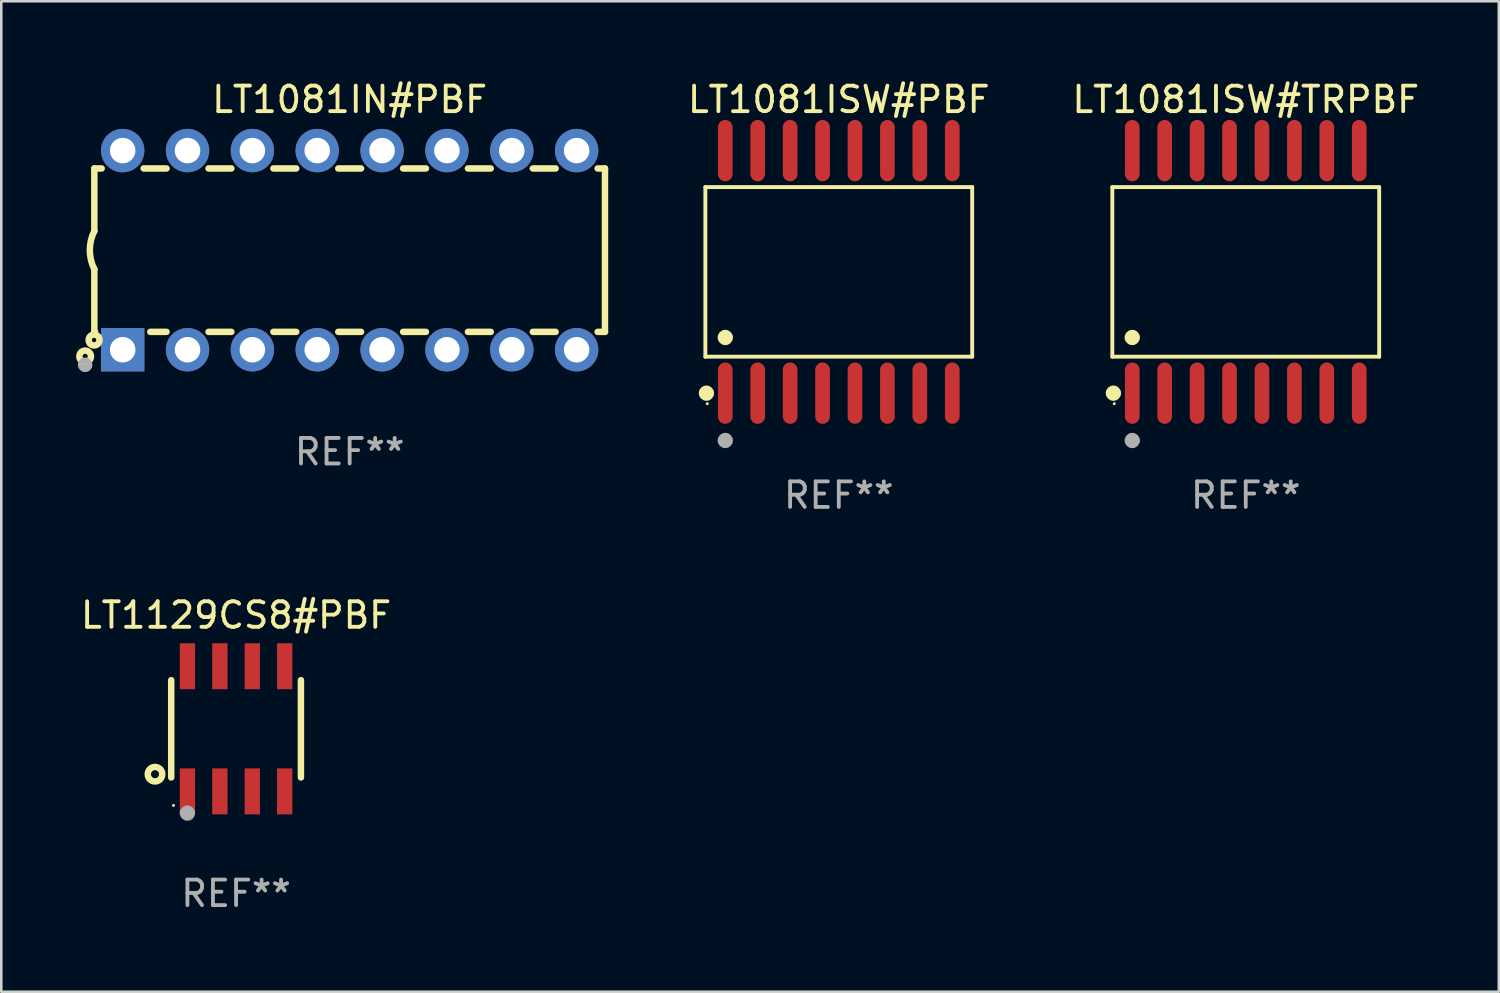
<source format=kicad_pcb>
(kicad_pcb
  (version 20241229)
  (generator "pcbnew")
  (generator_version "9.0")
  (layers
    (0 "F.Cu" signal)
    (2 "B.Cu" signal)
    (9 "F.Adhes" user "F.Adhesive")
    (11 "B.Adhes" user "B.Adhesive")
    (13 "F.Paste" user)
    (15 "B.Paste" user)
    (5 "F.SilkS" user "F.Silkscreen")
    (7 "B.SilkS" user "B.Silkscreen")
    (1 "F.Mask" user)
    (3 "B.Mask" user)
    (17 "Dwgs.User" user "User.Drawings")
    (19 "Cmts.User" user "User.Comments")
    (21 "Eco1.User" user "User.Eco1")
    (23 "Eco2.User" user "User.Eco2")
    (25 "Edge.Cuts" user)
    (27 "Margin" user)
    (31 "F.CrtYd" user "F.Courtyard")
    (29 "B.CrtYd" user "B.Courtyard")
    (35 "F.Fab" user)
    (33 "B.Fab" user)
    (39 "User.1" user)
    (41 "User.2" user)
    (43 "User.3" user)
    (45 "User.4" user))
  (footprint "LT1081ISW#TRPBF"
    (layer "F.Cu")
    (at 45.742 7.599)
    (property "Reference" "LT1081ISW#TRPBF" (at 0 -6.75 0) (layer "F.SilkS") (effects (font (size 1 1) (thickness 0.15))))
    (attr through_hole)
    (fp_line (start -5.226 -3.321) (end 5.226 -3.321) (stroke (width 0.152) (type solid)) (layer "F.SilkS"))
    (fp_line (start -5.226 3.321) (end -5.226 -3.321) (stroke (width 0.152) (type solid)) (layer "F.SilkS"))
    (fp_line (start 5.226 -3.321) (end 5.226 3.321) (stroke (width 0.152) (type solid)) (layer "F.SilkS"))
    (fp_line (start 5.226 3.321) (end -5.226 3.321) (stroke (width 0.152) (type solid)) (layer "F.SilkS"))
    (fp_circle (center -5.184 4.75) (end -5.034 4.75) (stroke (width 0.3) (type solid)) (fill no) (layer "F.SilkS"))
    (fp_circle (center -5.15 5.162) (end -5.12 5.162) (stroke (width 0.06) (type solid)) (fill no) (layer "F.SilkS"))
    (fp_circle (center -4.445 2.569) (end -4.295 2.569) (stroke (width 0.3) (type solid)) (fill no) (layer "F.SilkS"))
    (fp_circle (center -4.445 6.604) (end -4.295 6.604) (stroke (width 0.3) (type solid)) (fill no) (layer "F.Fab"))
    (fp_text user "REF**" (at 0 8.75 0) (layer "F.Fab") (effects (font (size 1 1) (thickness 0.15))))
    (pad "1" smd oval (at -4.445 4.75) (size 0.574 2.401) (layers "F.Cu" "F.Mask" "F.Paste"))
    (pad "2" smd oval (at -3.175 4.75) (size 0.574 2.401) (layers "F.Cu" "F.Mask" "F.Paste"))
    (pad "3" smd oval (at -1.905 4.75) (size 0.574 2.401) (layers "F.Cu" "F.Mask" "F.Paste"))
    (pad "4" smd oval (at -0.635 4.75) (size 0.574 2.401) (layers "F.Cu" "F.Mask" "F.Paste"))
    (pad "5" smd oval (at 0.635 4.75) (size 0.574 2.401) (layers "F.Cu" "F.Mask" "F.Paste"))
    (pad "6" smd oval (at 1.905 4.75) (size 0.574 2.401) (layers "F.Cu" "F.Mask" "F.Paste"))
    (pad "7" smd oval (at 3.175 4.75) (size 0.574 2.401) (layers "F.Cu" "F.Mask" "F.Paste"))
    (pad "8" smd oval (at 4.445 4.75) (size 0.574 2.401) (layers "F.Cu" "F.Mask" "F.Paste"))
    (pad "9" smd oval (at 4.445 -4.75) (size 0.574 2.401) (layers "F.Cu" "F.Mask" "F.Paste"))
    (pad "10" smd oval (at 3.175 -4.75) (size 0.574 2.401) (layers "F.Cu" "F.Mask" "F.Paste"))
    (pad "11" smd oval (at 1.905 -4.75) (size 0.574 2.401) (layers "F.Cu" "F.Mask" "F.Paste"))
    (pad "12" smd oval (at 0.635 -4.75) (size 0.574 2.401) (layers "F.Cu" "F.Mask" "F.Paste"))
    (pad "13" smd oval (at -0.635 -4.75) (size 0.574 2.401) (layers "F.Cu" "F.Mask" "F.Paste"))
    (pad "14" smd oval (at -1.905 -4.75) (size 0.574 2.401) (layers "F.Cu" "F.Mask" "F.Paste"))
    (pad "15" smd oval (at -3.175 -4.75) (size 0.574 2.401) (layers "F.Cu" "F.Mask" "F.Paste"))
    (pad "16" smd oval (at -4.445 -4.75) (size 0.574 2.401) (layers "F.Cu" "F.Mask" "F.Paste")))
  (footprint "LT1129CS8#PBF"
    (layer "F.Cu")
    (at 6.196 25.495)
    (property "Reference" "LT1129CS8#PBF" (at 0 -4.45 0) (layer "F.SilkS") (effects (font (size 1 1) (thickness 0.15))))
    (attr through_hole)
    (fp_line (start -2.54 -1.905) (end -2.54 1.905) (stroke (width 0.254) (type solid)) (layer "F.SilkS"))
    (fp_line (start 2.54 -1.905) (end 2.54 1.905) (stroke (width 0.254) (type solid)) (layer "F.SilkS"))
    (fp_circle (center -3.175 1.778) (end -2.891 1.778) (stroke (width 0.254) (type solid)) (fill no) (layer "F.SilkS"))
    (fp_circle (center -2.45 3) (end -2.42 3) (stroke (width 0.06) (type solid)) (fill no) (layer "F.SilkS"))
    (fp_circle (center -1.905 3.302) (end -1.755 3.302) (stroke (width 0.3) (type solid)) (fill no) (layer "F.Fab"))
    (fp_text user "REF**" (at 0 6.45 0) (layer "F.Fab") (effects (font (size 1 1) (thickness 0.15))))
    (pad "1" smd rect (at -1.905 2.45) (size 0.6 1.8) (layers "F.Cu" "F.Mask" "F.Paste"))
    (pad "2" smd rect (at -0.635 2.45) (size 0.6 1.8) (layers "F.Cu" "F.Mask" "F.Paste"))
    (pad "3" smd rect (at 0.635 2.45) (size 0.6 1.8) (layers "F.Cu" "F.Mask" "F.Paste"))
    (pad "4" smd rect (at 1.905 2.45) (size 0.6 1.8) (layers "F.Cu" "F.Mask" "F.Paste"))
    (pad "5" smd rect (at 1.905 -2.45 180) (size 0.6 1.8) (layers "F.Cu" "F.Mask" "F.Paste"))
    (pad "6" smd rect (at 0.635 -2.45 180) (size 0.6 1.8) (layers "F.Cu" "F.Mask" "F.Paste"))
    (pad "7" smd rect (at -0.635 -2.45 180) (size 0.6 1.8) (layers "F.Cu" "F.Mask" "F.Paste"))
    (pad "8" smd rect (at -1.905 -2.45 180) (size 0.6 1.8) (layers "F.Cu" "F.Mask" "F.Paste")))
  (footprint "LT1081IN#PBF"
    (layer "F.Cu")
    (at 10.645 6.748)
    (property "Reference" "LT1081IN#PBF" (at 0 -5.9 0) (layer "F.SilkS") (effects (font (size 1 1) (thickness 0.15))))
    (attr through_hole)
    (fp_line (start -10 -3.2) (end -10 -0.75) (stroke (width 0.254) (type solid)) (layer "F.SilkS"))
    (fp_line (start -10 -3.2) (end -9.713 -3.2) (stroke (width 0.254) (type solid)) (layer "F.SilkS"))
    (fp_line (start -10 3.2) (end -10 0.75) (stroke (width 0.254) (type solid)) (layer "F.SilkS"))
    (fp_line (start -10 3.2) (end -9.971 3.2) (stroke (width 0.254) (type solid)) (layer "F.SilkS"))
    (fp_line (start -8.067 -3.2) (end -7.173 -3.2) (stroke (width 0.254) (type solid)) (layer "F.SilkS"))
    (fp_line (start -7.809 3.2) (end -7.173 3.2) (stroke (width 0.254) (type solid)) (layer "F.SilkS"))
    (fp_line (start -5.527 3.2) (end -4.633 3.2) (stroke (width 0.254) (type solid)) (layer "F.SilkS"))
    (fp_line (start -5.527 -3.2) (end -4.633 -3.2) (stroke (width 0.254) (type solid)) (layer "F.SilkS"))
    (fp_line (start -2.987 3.2) (end -2.093 3.2) (stroke (width 0.254) (type solid)) (layer "F.SilkS"))
    (fp_line (start -2.987 -3.2) (end -2.093 -3.2) (stroke (width 0.254) (type solid)) (layer "F.SilkS"))
    (fp_line (start -0.447 3.2) (end 0.447 3.2) (stroke (width 0.254) (type solid)) (layer "F.SilkS"))
    (fp_line (start -0.447 -3.2) (end 0.447 -3.2) (stroke (width 0.254) (type solid)) (layer "F.SilkS"))
    (fp_line (start 2.093 3.2) (end 2.987 3.2) (stroke (width 0.254) (type solid)) (layer "F.SilkS"))
    (fp_line (start 2.093 -3.2) (end 2.987 -3.2) (stroke (width 0.254) (type solid)) (layer "F.SilkS"))
    (fp_line (start 4.633 3.2) (end 5.527 3.2) (stroke (width 0.254) (type solid)) (layer "F.SilkS"))
    (fp_line (start 4.633 -3.2) (end 5.527 -3.2) (stroke (width 0.254) (type solid)) (layer "F.SilkS"))
    (fp_line (start 7.173 3.2) (end 8.067 3.2) (stroke (width 0.254) (type solid)) (layer "F.SilkS"))
    (fp_line (start 7.173 -3.2) (end 8.067 -3.2) (stroke (width 0.254) (type solid)) (layer "F.SilkS"))
    (fp_line (start 9.713 3.2) (end 10 3.2) (stroke (width 0.254) (type solid)) (layer "F.SilkS"))
    (fp_line (start 9.713 -3.2) (end 10 -3.2) (stroke (width 0.254) (type solid)) (layer "F.SilkS"))
    (fp_line (start 10 -3.2) (end 10 3.2) (stroke (width 0.254) (type solid)) (layer "F.SilkS"))
    (fp_arc (start -10 0.748793) (mid -10.176918 -0.000607) (end -10.000025 -0.750013) (stroke (width 0.254001) (type solid)) (layer "F.SilkS"))
    (fp_circle (center -10.36 4.16) (end -10.26 4.16) (stroke (width 0.254) (type solid)) (fill no) (layer "F.SilkS"))
    (fp_circle (center -10.01 3.52) (end -9.924 3.52) (stroke (width 0.254) (type solid)) (fill no) (layer "F.SilkS"))
    (fp_circle (center -10.36 4.49) (end -10.202 4.49) (stroke (width 0.254) (type solid)) (fill no) (layer "F.Fab"))
    (fp_text user "REF**" (at 0 7.9 0) (layer "F.Fab") (effects (font (size 1 1) (thickness 0.15))))
    (pad "1" thru_hole rect (at -8.89 3.9 90) (size 1.7 1.7) (drill 1) (layers "*.Cu" "*.Mask"))
    (pad "2" thru_hole circle (at -6.35 3.9) (size 1.7 1.7) (drill 1) (layers "*.Cu" "*.Mask"))
    (pad "3" thru_hole circle (at -3.81 3.9) (size 1.7 1.7) (drill 1) (layers "*.Cu" "*.Mask"))
    (pad "4" thru_hole circle (at -1.27 3.9) (size 1.7 1.7) (drill 1) (layers "*.Cu" "*.Mask"))
    (pad "5" thru_hole circle (at 1.27 3.9) (size 1.7 1.7) (drill 1) (layers "*.Cu" "*.Mask"))
    (pad "6" thru_hole circle (at 3.81 3.9) (size 1.7 1.7) (drill 1) (layers "*.Cu" "*.Mask"))
    (pad "7" thru_hole circle (at 6.35 3.9) (size 1.7 1.7) (drill 1) (layers "*.Cu" "*.Mask"))
    (pad "8" thru_hole circle (at 8.89 3.9) (size 1.7 1.7) (drill 1) (layers "*.Cu" "*.Mask"))
    (pad "9" thru_hole circle (at 8.89 -3.9) (size 1.7 1.7) (drill 1) (layers "*.Cu" "*.Mask"))
    (pad "10" thru_hole circle (at 6.35 -3.9) (size 1.7 1.7) (drill 1) (layers "*.Cu" "*.Mask"))
    (pad "11" thru_hole circle (at 3.81 -3.9) (size 1.7 1.7) (drill 1) (layers "*.Cu" "*.Mask"))
    (pad "12" thru_hole circle (at 1.27 -3.9) (size 1.7 1.7) (drill 1) (layers "*.Cu" "*.Mask"))
    (pad "13" thru_hole circle (at -1.27 -3.9) (size 1.7 1.7) (drill 1) (layers "*.Cu" "*.Mask"))
    (pad "14" thru_hole circle (at -3.81 -3.9) (size 1.7 1.7) (drill 1) (layers "*.Cu" "*.Mask"))
    (pad "15" thru_hole circle (at -6.35 -3.9) (size 1.7 1.7) (drill 1) (layers "*.Cu" "*.Mask"))
    (pad "16" thru_hole circle (at -8.89 -3.9) (size 1.7 1.7) (drill 1) (layers "*.Cu" "*.Mask")))
  (footprint "LT1081ISW#PBF"
    (layer "F.Cu")
    (at 29.802 7.599)
    (property "Reference" "LT1081ISW#PBF" (at 0 -6.75 0) (layer "F.SilkS") (effects (font (size 1 1) (thickness 0.15))))
    (attr through_hole)
    (fp_line (start -5.226 -3.321) (end 5.226 -3.321) (stroke (width 0.152) (type solid)) (layer "F.SilkS"))
    (fp_line (start -5.226 3.321) (end -5.226 -3.321) (stroke (width 0.152) (type solid)) (layer "F.SilkS"))
    (fp_line (start 5.226 -3.321) (end 5.226 3.321) (stroke (width 0.152) (type solid)) (layer "F.SilkS"))
    (fp_line (start 5.226 3.321) (end -5.226 3.321) (stroke (width 0.152) (type solid)) (layer "F.SilkS"))
    (fp_circle (center -5.184 4.75) (end -5.034 4.75) (stroke (width 0.3) (type solid)) (fill no) (layer "F.SilkS"))
    (fp_circle (center -5.15 5.162) (end -5.12 5.162) (stroke (width 0.06) (type solid)) (fill no) (layer "F.SilkS"))
    (fp_circle (center -4.445 2.569) (end -4.295 2.569) (stroke (width 0.3) (type solid)) (fill no) (layer "F.SilkS"))
    (fp_circle (center -4.445 6.604) (end -4.295 6.604) (stroke (width 0.3) (type solid)) (fill no) (layer "F.Fab"))
    (fp_text user "REF**" (at 0 8.75 0) (layer "F.Fab") (effects (font (size 1 1) (thickness 0.15))))
    (pad "1" smd oval (at -4.445 4.75) (size 0.574 2.401) (layers "F.Cu" "F.Mask" "F.Paste"))
    (pad "2" smd oval (at -3.175 4.75) (size 0.574 2.401) (layers "F.Cu" "F.Mask" "F.Paste"))
    (pad "3" smd oval (at -1.905 4.75) (size 0.574 2.401) (layers "F.Cu" "F.Mask" "F.Paste"))
    (pad "4" smd oval (at -0.635 4.75) (size 0.574 2.401) (layers "F.Cu" "F.Mask" "F.Paste"))
    (pad "5" smd oval (at 0.635 4.75) (size 0.574 2.401) (layers "F.Cu" "F.Mask" "F.Paste"))
    (pad "6" smd oval (at 1.905 4.75) (size 0.574 2.401) (layers "F.Cu" "F.Mask" "F.Paste"))
    (pad "7" smd oval (at 3.175 4.75) (size 0.574 2.401) (layers "F.Cu" "F.Mask" "F.Paste"))
    (pad "8" smd oval (at 4.445 4.75) (size 0.574 2.401) (layers "F.Cu" "F.Mask" "F.Paste"))
    (pad "9" smd oval (at 4.445 -4.75) (size 0.574 2.401) (layers "F.Cu" "F.Mask" "F.Paste"))
    (pad "10" smd oval (at 3.175 -4.75) (size 0.574 2.401) (layers "F.Cu" "F.Mask" "F.Paste"))
    (pad "11" smd oval (at 1.905 -4.75) (size 0.574 2.401) (layers "F.Cu" "F.Mask" "F.Paste"))
    (pad "12" smd oval (at 0.635 -4.75) (size 0.574 2.401) (layers "F.Cu" "F.Mask" "F.Paste"))
    (pad "13" smd oval (at -0.635 -4.75) (size 0.574 2.401) (layers "F.Cu" "F.Mask" "F.Paste"))
    (pad "14" smd oval (at -1.905 -4.75) (size 0.574 2.401) (layers "F.Cu" "F.Mask" "F.Paste"))
    (pad "15" smd oval (at -3.175 -4.75) (size 0.574 2.401) (layers "F.Cu" "F.Mask" "F.Paste"))
    (pad "16" smd oval (at -4.445 -4.75) (size 0.574 2.401) (layers "F.Cu" "F.Mask" "F.Paste")))
  (gr_rect
    (start -3 -3)
    (end 55.653 35.794)
    (stroke (width 0.1) (type default))
    (fill no)
    (layer "Edge.Cuts")))
</source>
